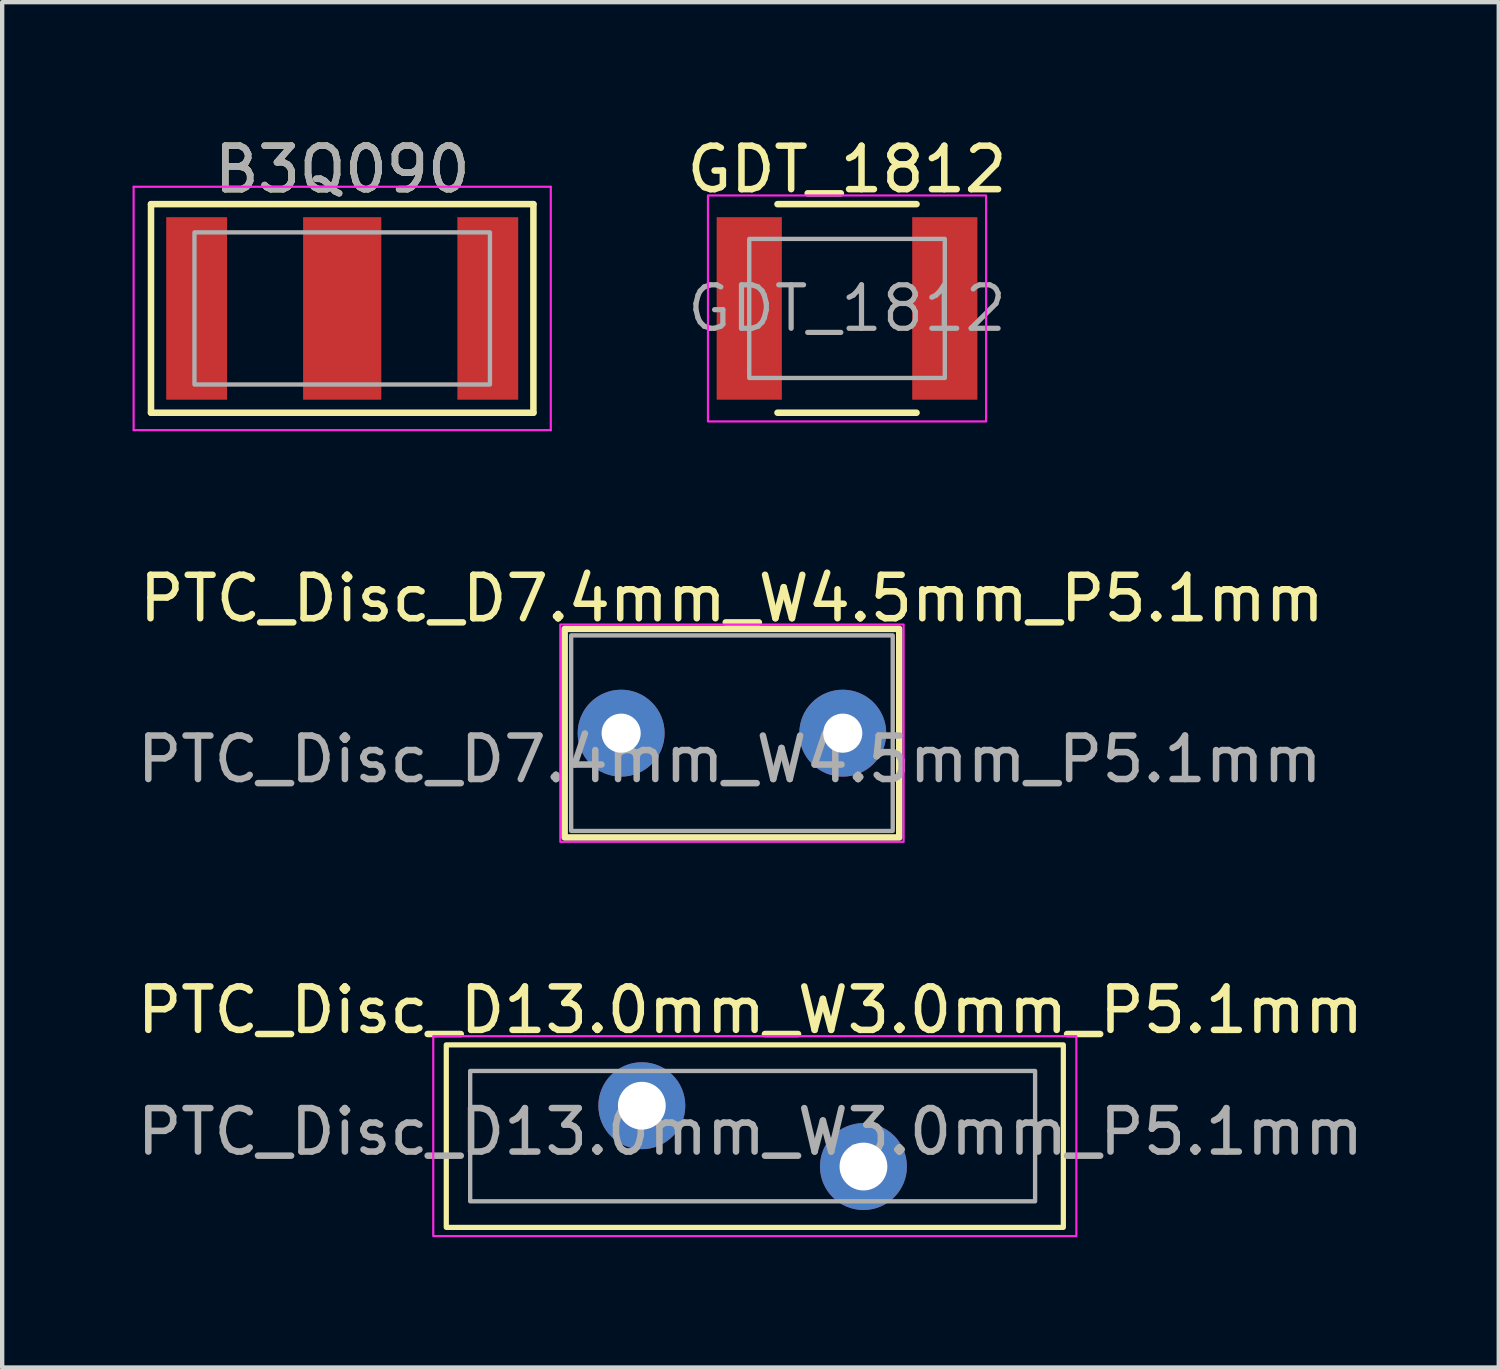
<source format=kicad_pcb>
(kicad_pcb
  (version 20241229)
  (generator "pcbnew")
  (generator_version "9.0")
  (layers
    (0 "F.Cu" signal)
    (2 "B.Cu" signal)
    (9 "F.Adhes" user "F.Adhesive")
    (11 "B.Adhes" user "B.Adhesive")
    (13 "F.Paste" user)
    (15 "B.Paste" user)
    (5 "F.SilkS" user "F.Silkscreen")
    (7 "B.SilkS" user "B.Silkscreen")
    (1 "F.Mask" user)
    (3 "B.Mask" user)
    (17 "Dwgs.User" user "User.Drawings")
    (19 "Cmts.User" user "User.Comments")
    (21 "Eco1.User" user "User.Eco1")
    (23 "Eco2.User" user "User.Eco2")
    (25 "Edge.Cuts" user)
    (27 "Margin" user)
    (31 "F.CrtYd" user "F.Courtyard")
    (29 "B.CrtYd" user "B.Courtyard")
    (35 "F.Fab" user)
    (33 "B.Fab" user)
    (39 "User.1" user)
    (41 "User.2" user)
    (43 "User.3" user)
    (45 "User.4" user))
  (footprint "PTC_Disc_D7.4mm_W4.5mm_P5.1mm"
    (layer "F.Cu")
    (at 13.794 13.822)
    (property "Reference" "PTC_Disc_D7.4mm_W4.5mm_P5.1mm" (at 0 -3.1 0) (layer "F.SilkS") (effects (font (size 1 1) (thickness 0.15))))
    (attr through_hole)
    (fp_rect (start -3.85 -2.4) (end 3.85 2.4) (stroke (width 0.15) (type default)) (fill no) (layer "F.SilkS"))
    (fp_rect (start -3.95 -2.5) (end 3.95 2.5) (stroke (width 0.05) (type default)) (fill no) (layer "F.CrtYd"))
    (fp_rect (start -3.7 -2.25) (end 3.7 2.25) (stroke (width 0.1) (type default)) (fill no) (layer "F.Fab"))
    (fp_text user "${REFERENCE}" (at -0.05 0.6 0) (layer "F.Fab") (effects (font (size 1 1) (thickness 0.15))))
    (pad "1" thru_hole circle (at -2.55 0) (size 2 2) (drill 0.9) (layers "*.Cu" "*.Mask"))
    (pad "2" thru_hole circle (at 2.55 0) (size 2 2) (drill 0.9) (layers "*.Cu" "*.Mask")))
  (footprint "B3Q090"
    (layer "F.Cu")
    (at 4.825 4.048)
    (property "Reference" "B3Q090" (at 0 -3.2 0) (unlocked yes) (layer "F.SilkS") (effects (font (size 1 1) (thickness 0.15))))
    (attr smd)
    (fp_line (start -4.4 -2.4) (end 4.4 -2.4) (stroke (width 0.15) (type default)) (layer "F.SilkS"))
    (fp_line (start -4.4 2.4) (end -4.4 -2.4) (stroke (width 0.15) (type default)) (layer "F.SilkS"))
    (fp_line (start 4.4 -2.4) (end 4.4 2.4) (stroke (width 0.15) (type default)) (layer "F.SilkS"))
    (fp_line (start 4.4 2.4) (end -4.4 2.4) (stroke (width 0.15) (type default)) (layer "F.SilkS"))
    (fp_line (start -4.8 -2.8) (end -4.8 2.8) (stroke (width 0.05) (type default)) (layer "F.CrtYd"))
    (fp_line (start -4.8 2.8) (end 4.8 2.8) (stroke (width 0.05) (type default)) (layer "F.CrtYd"))
    (fp_line (start 4.8 -2.8) (end -4.8 -2.8) (stroke (width 0.05) (type default)) (layer "F.CrtYd"))
    (fp_line (start 4.8 2.8) (end 4.8 -2.8) (stroke (width 0.05) (type default)) (layer "F.CrtYd"))
    (fp_rect (start -3.4 -1.75) (end 3.4 1.75) (stroke (width 0.1) (type default)) (fill no) (layer "F.Fab"))
    (fp_text user "${REFERENCE}" (at 0 -3.2 0) (unlocked yes) (layer "F.Fab") (effects (font (size 1 1) (thickness 0.15))))
    (pad "1" smd rect (at -3.35 0) (size 1.4 4.2) (layers "F.Cu" "F.Mask" "F.Paste"))
    (pad "2" smd rect (at 0 0) (size 1.8 4.2) (layers "F.Cu" "F.Mask" "F.Paste"))
    (pad "3" smd rect (at 3.35 0) (size 1.4 4.2) (layers "F.Cu" "F.Mask" "F.Paste")))
  (footprint "GDT_1812"
    (layer "F.Cu")
    (at 16.442 4.048)
    (property "Reference" "GDT_1812" (at 0 -3.2 0) (layer "F.SilkS") (effects (font (size 1 1) (thickness 0.15))))
    (attr smd)
    (fp_line (start -1.6 -2.4) (end 1.6 -2.4) (stroke (width 0.15) (type default)) (layer "F.SilkS"))
    (fp_line (start -1.6 2.4) (end 1.6 2.4) (stroke (width 0.15) (type default)) (layer "F.SilkS"))
    (fp_rect (start -3.2 -2.6) (end 3.2 2.6) (stroke (width 0.05) (type default)) (fill no) (layer "F.CrtYd"))
    (fp_rect (start -2.25 -1.6) (end 2.25 1.6) (stroke (width 0.1) (type default)) (fill no) (layer "F.Fab"))
    (fp_text user "${REFERENCE}" (at 0 0 0) (layer "F.Fab") (effects (font (size 1 1) (thickness 0.12))))
    (pad "1" smd rect (at -2.25 0) (size 1.5 4.2) (layers "F.Cu" "F.Mask" "F.Paste"))
    (pad "3" smd rect (at 2.25 0) (size 1.5 4.2) (layers "F.Cu" "F.Mask" "F.Paste")))
  (footprint "PTC_Disc_D13.0mm_W3.0mm_P5.1mm"
    (layer "F.Cu")
    (at 11.72 22.395)
    (property "Reference" "PTC_Disc_D13.0mm_W3.0mm_P5.1mm" (at 2.5 -2.2 0) (layer "F.SilkS") (effects (font (size 1 1) (thickness 0.15))))
    (attr through_hole)
    (fp_rect (start -4.5 -1.4) (end 9.7 2.8) (stroke (width 0.12) (type default)) (fill no) (layer "F.SilkS"))
    (fp_rect (start -4.8 -1.6) (end 10 3) (stroke (width 0.05) (type default)) (fill no) (layer "F.CrtYd"))
    (fp_rect (start -3.95 -0.8) (end 9.05 2.2) (stroke (width 0.1) (type default)) (fill no) (layer "F.Fab"))
    (fp_text user "${REFERENCE}" (at 2.5 0.6 0) (layer "F.Fab") (effects (font (size 1 1) (thickness 0.15))))
    (pad "1" thru_hole circle (at 0 0) (size 2 2) (drill 1.1) (layers "*.Cu" "*.Mask"))
    (pad "2" thru_hole circle (at 5.1 1.4) (size 2 2) (drill 1.1) (layers "*.Cu" "*.Mask")))
  (gr_rect
    (start -3 -3)
    (end 31.44 28.42)
    (stroke (width 0.1) (type default))
    (fill no)
    (layer "Edge.Cuts")))
</source>
